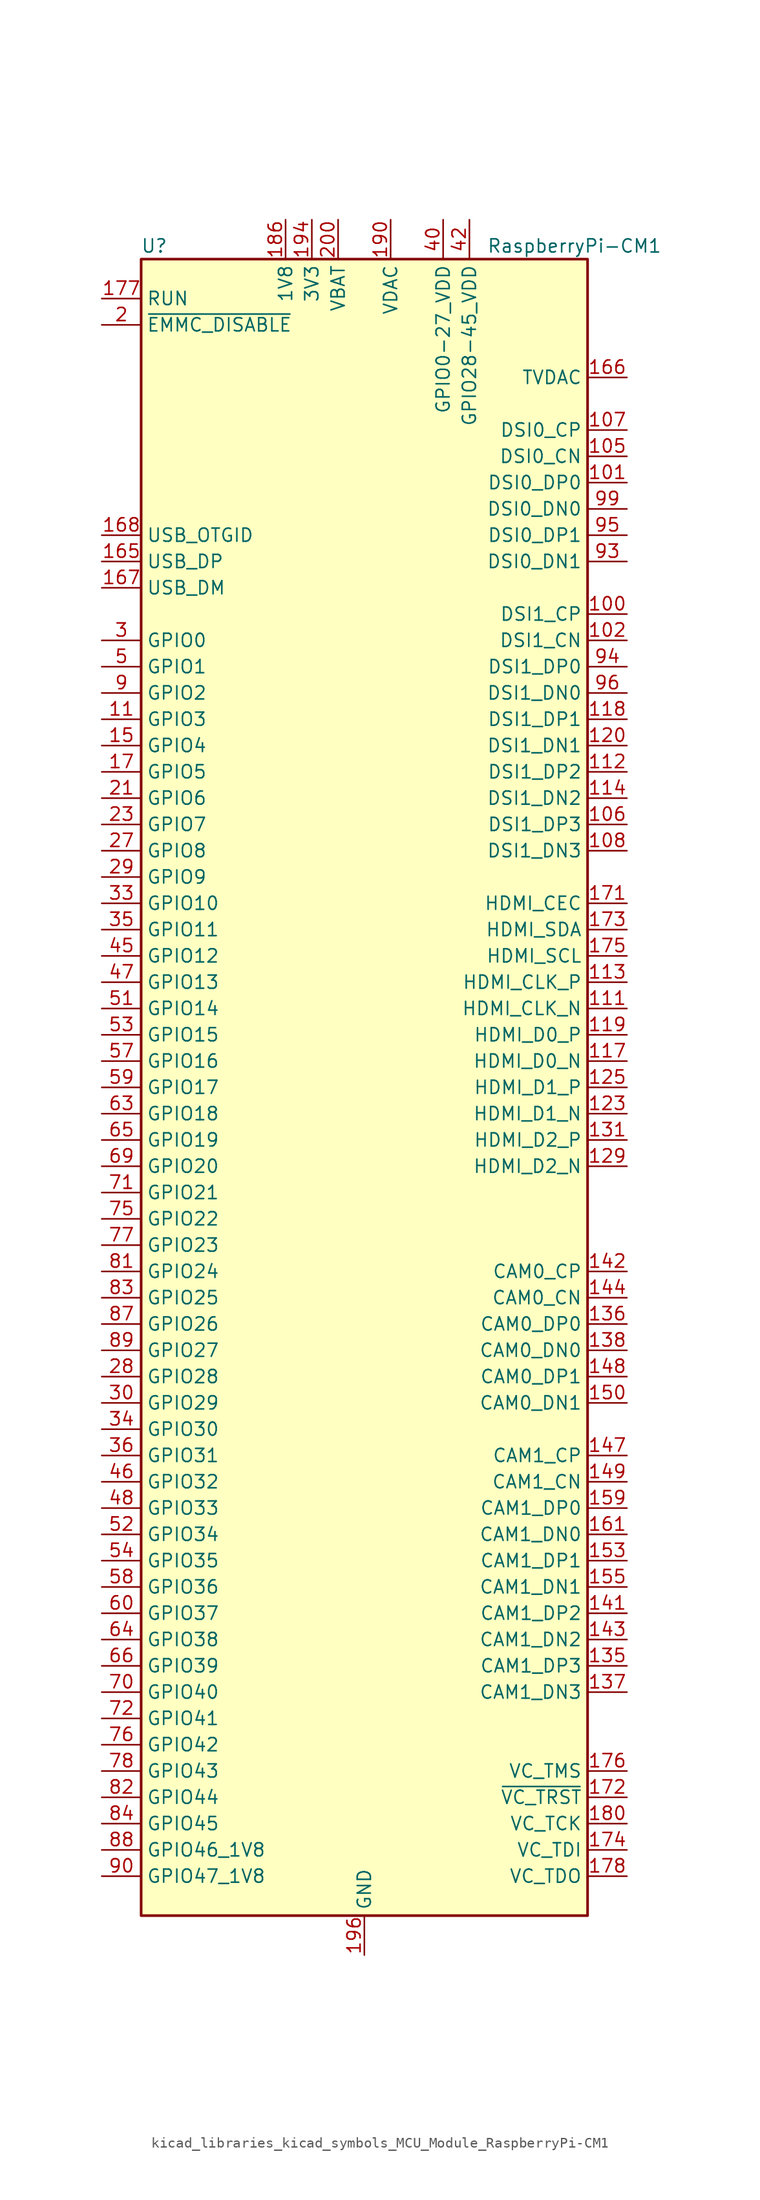
<source format=kicad_sym>
(kicad_symbol_lib
  (version 20220914)
  (generator kicad_symbol_editor)
  (symbol "kicad_libraries_kicad_symbols_MCU_Module_RaspberryPi-CM1"
    (property "Reference" "U"
      (at -20.32 81.28 0)
      (effects (font (size 1.27 1.27))))
    (property "Value" "RaspberryPi-CM1"
      (at 20.32 81.28 0)
      (effects (font (size 1.27 1.27))))
    (symbol "kicad_libraries_kicad_symbols_MCU_Module_RaspberryPi-CM1_0_1"
      (rectangle (start -21.59 80.01) (end 21.59 -80.01) (stroke (width 0.254) (type default)) (fill (type background))))
    (symbol "kicad_libraries_kicad_symbols_MCU_Module_RaspberryPi-CM1_1_1"
      (pin passive line (at 0 -83.82 90) (length 3.81) hide (name "GND" (effects (font (size 1.27 1.27)))) (number "1" (effects (font (size 1.27 1.27)))))
      (pin no_connect line (at -20.32 71.12 0) (length 2.54) hide (name "NC" (effects (font (size 1.27 1.27)))) (number "10" (effects (font (size 1.27 1.27)))))
      (pin output line (at 25.4 45.72 180) (length 3.81) (name "DSI1_CP" (effects (font (size 1.27 1.27)))) (number "100" (effects (font (size 1.27 1.27)))))
      (pin output line (at 25.4 58.42 180) (length 3.81) (name "DSI0_DP0" (effects (font (size 1.27 1.27)))) (number "101" (effects (font (size 1.27 1.27)))))
      (pin output line (at 25.4 43.18 180) (length 3.81) (name "DSI1_CN" (effects (font (size 1.27 1.27)))) (number "102" (effects (font (size 1.27 1.27)))))
      (pin passive line (at 0 -83.82 90) (length 3.81) hide (name "GND" (effects (font (size 1.27 1.27)))) (number "103" (effects (font (size 1.27 1.27)))))
      (pin passive line (at 0 -83.82 90) (length 3.81) hide (name "GND" (effects (font (size 1.27 1.27)))) (number "104" (effects (font (size 1.27 1.27)))))
      (pin output line (at 25.4 60.96 180) (length 3.81) (name "DSI0_CN" (effects (font (size 1.27 1.27)))) (number "105" (effects (font (size 1.27 1.27)))))
      (pin output line (at 25.4 25.4 180) (length 3.81) (name "DSI1_DP3" (effects (font (size 1.27 1.27)))) (number "106" (effects (font (size 1.27 1.27)))))
      (pin output line (at 25.4 63.5 180) (length 3.81) (name "DSI0_CP" (effects (font (size 1.27 1.27)))) (number "107" (effects (font (size 1.27 1.27)))))
      (pin output line (at 25.4 22.86 180) (length 3.81) (name "DSI1_DN3" (effects (font (size 1.27 1.27)))) (number "108" (effects (font (size 1.27 1.27)))))
      (pin passive line (at 0 -83.82 90) (length 3.81) hide (name "GND" (effects (font (size 1.27 1.27)))) (number "109" (effects (font (size 1.27 1.27)))))
      (pin bidirectional line (at -25.4 35.56 0) (length 3.81) (name "GPIO3" (effects (font (size 1.27 1.27)))) (number "11" (effects (font (size 1.27 1.27)))))
      (pin passive line (at 0 -83.82 90) (length 3.81) hide (name "GND" (effects (font (size 1.27 1.27)))) (number "110" (effects (font (size 1.27 1.27)))))
      (pin output line (at 25.4 7.62 180) (length 3.81) (name "HDMI_CLK_N" (effects (font (size 1.27 1.27)))) (number "111" (effects (font (size 1.27 1.27)))))
      (pin output line (at 25.4 30.48 180) (length 3.81) (name "DSI1_DP2" (effects (font (size 1.27 1.27)))) (number "112" (effects (font (size 1.27 1.27)))))
      (pin output line (at 25.4 10.16 180) (length 3.81) (name "HDMI_CLK_P" (effects (font (size 1.27 1.27)))) (number "113" (effects (font (size 1.27 1.27)))))
      (pin output line (at 25.4 27.94 180) (length 3.81) (name "DSI1_DN2" (effects (font (size 1.27 1.27)))) (number "114" (effects (font (size 1.27 1.27)))))
      (pin passive line (at 0 -83.82 90) (length 3.81) hide (name "GND" (effects (font (size 1.27 1.27)))) (number "115" (effects (font (size 1.27 1.27)))))
      (pin passive line (at 0 -83.82 90) (length 3.81) hide (name "GND" (effects (font (size 1.27 1.27)))) (number "116" (effects (font (size 1.27 1.27)))))
      (pin output line (at 25.4 2.54 180) (length 3.81) (name "HDMI_D0_N" (effects (font (size 1.27 1.27)))) (number "117" (effects (font (size 1.27 1.27)))))
      (pin output line (at 25.4 35.56 180) (length 3.81) (name "DSI1_DP1" (effects (font (size 1.27 1.27)))) (number "118" (effects (font (size 1.27 1.27)))))
      (pin output line (at 25.4 5.08 180) (length 3.81) (name "HDMI_D0_P" (effects (font (size 1.27 1.27)))) (number "119" (effects (font (size 1.27 1.27)))))
      (pin no_connect line (at -20.32 68.58 0) (length 2.54) hide (name "NC" (effects (font (size 1.27 1.27)))) (number "12" (effects (font (size 1.27 1.27)))))
      (pin output line (at 25.4 33.02 180) (length 3.81) (name "DSI1_DN1" (effects (font (size 1.27 1.27)))) (number "120" (effects (font (size 1.27 1.27)))))
      (pin passive line (at 0 -83.82 90) (length 3.81) hide (name "GND" (effects (font (size 1.27 1.27)))) (number "121" (effects (font (size 1.27 1.27)))))
      (pin passive line (at 0 -83.82 90) (length 3.81) hide (name "GND" (effects (font (size 1.27 1.27)))) (number "122" (effects (font (size 1.27 1.27)))))
      (pin output line (at 25.4 -2.54 180) (length 3.81) (name "HDMI_D1_N" (effects (font (size 1.27 1.27)))) (number "123" (effects (font (size 1.27 1.27)))))
      (pin no_connect line (at 20.32 76.2 180) (length 2.54) hide (name "NC" (effects (font (size 1.27 1.27)))) (number "124" (effects (font (size 1.27 1.27)))))
      (pin output line (at 25.4 0 180) (length 3.81) (name "HDMI_D1_P" (effects (font (size 1.27 1.27)))) (number "125" (effects (font (size 1.27 1.27)))))
      (pin no_connect line (at 20.32 73.66 180) (length 2.54) hide (name "NC" (effects (font (size 1.27 1.27)))) (number "126" (effects (font (size 1.27 1.27)))))
      (pin passive line (at 0 -83.82 90) (length 3.81) hide (name "GND" (effects (font (size 1.27 1.27)))) (number "127" (effects (font (size 1.27 1.27)))))
      (pin no_connect line (at 20.32 71.12 180) (length 2.54) hide (name "NC" (effects (font (size 1.27 1.27)))) (number "128" (effects (font (size 1.27 1.27)))))
      (pin output line (at 25.4 -7.62 180) (length 3.81) (name "HDMI_D2_N" (effects (font (size 1.27 1.27)))) (number "129" (effects (font (size 1.27 1.27)))))
      (pin passive line (at 0 -83.82 90) (length 3.81) hide (name "GND" (effects (font (size 1.27 1.27)))) (number "13" (effects (font (size 1.27 1.27)))))
      (pin no_connect line (at 20.32 66.04 180) (length 2.54) hide (name "NC" (effects (font (size 1.27 1.27)))) (number "130" (effects (font (size 1.27 1.27)))))
      (pin output line (at 25.4 -5.08 180) (length 3.81) (name "HDMI_D2_P" (effects (font (size 1.27 1.27)))) (number "131" (effects (font (size 1.27 1.27)))))
      (pin no_connect line (at 20.32 48.26 180) (length 2.54) hide (name "NC" (effects (font (size 1.27 1.27)))) (number "132" (effects (font (size 1.27 1.27)))))
      (pin passive line (at 0 -83.82 90) (length 3.81) hide (name "GND" (effects (font (size 1.27 1.27)))) (number "133" (effects (font (size 1.27 1.27)))))
      (pin passive line (at 0 -83.82 90) (length 3.81) hide (name "GND" (effects (font (size 1.27 1.27)))) (number "134" (effects (font (size 1.27 1.27)))))
      (pin input line (at 25.4 -55.88 180) (length 3.81) (name "CAM1_DP3" (effects (font (size 1.27 1.27)))) (number "135" (effects (font (size 1.27 1.27)))))
      (pin input line (at 25.4 -22.86 180) (length 3.81) (name "CAM0_DP0" (effects (font (size 1.27 1.27)))) (number "136" (effects (font (size 1.27 1.27)))))
      (pin input line (at 25.4 -58.42 180) (length 3.81) (name "CAM1_DN3" (effects (font (size 1.27 1.27)))) (number "137" (effects (font (size 1.27 1.27)))))
      (pin input line (at 25.4 -25.4 180) (length 3.81) (name "CAM0_DN0" (effects (font (size 1.27 1.27)))) (number "138" (effects (font (size 1.27 1.27)))))
      (pin passive line (at 0 -83.82 90) (length 3.81) hide (name "GND" (effects (font (size 1.27 1.27)))) (number "139" (effects (font (size 1.27 1.27)))))
      (pin no_connect line (at 5.08 -78.74 90) (length 2.54) hide (name "NC" (effects (font (size 1.27 1.27)))) (number "14" (effects (font (size 1.27 1.27)))))
      (pin passive line (at 0 -83.82 90) (length 3.81) hide (name "GND" (effects (font (size 1.27 1.27)))) (number "140" (effects (font (size 1.27 1.27)))))
      (pin input line (at 25.4 -50.8 180) (length 3.81) (name "CAM1_DP2" (effects (font (size 1.27 1.27)))) (number "141" (effects (font (size 1.27 1.27)))))
      (pin input line (at 25.4 -17.78 180) (length 3.81) (name "CAM0_CP" (effects (font (size 1.27 1.27)))) (number "142" (effects (font (size 1.27 1.27)))))
      (pin input line (at 25.4 -53.34 180) (length 3.81) (name "CAM1_DN2" (effects (font (size 1.27 1.27)))) (number "143" (effects (font (size 1.27 1.27)))))
      (pin input line (at 25.4 -20.32 180) (length 3.81) (name "CAM0_CN" (effects (font (size 1.27 1.27)))) (number "144" (effects (font (size 1.27 1.27)))))
      (pin passive line (at 0 -83.82 90) (length 3.81) hide (name "GND" (effects (font (size 1.27 1.27)))) (number "145" (effects (font (size 1.27 1.27)))))
      (pin passive line (at 0 -83.82 90) (length 3.81) hide (name "GND" (effects (font (size 1.27 1.27)))) (number "146" (effects (font (size 1.27 1.27)))))
      (pin input line (at 25.4 -35.56 180) (length 3.81) (name "CAM1_CP" (effects (font (size 1.27 1.27)))) (number "147" (effects (font (size 1.27 1.27)))))
      (pin input line (at 25.4 -27.94 180) (length 3.81) (name "CAM0_DP1" (effects (font (size 1.27 1.27)))) (number "148" (effects (font (size 1.27 1.27)))))
      (pin input line (at 25.4 -38.1 180) (length 3.81) (name "CAM1_CN" (effects (font (size 1.27 1.27)))) (number "149" (effects (font (size 1.27 1.27)))))
      (pin bidirectional line (at -25.4 33.02 0) (length 3.81) (name "GPIO4" (effects (font (size 1.27 1.27)))) (number "15" (effects (font (size 1.27 1.27)))))
      (pin input line (at 25.4 -30.48 180) (length 3.81) (name "CAM0_DN1" (effects (font (size 1.27 1.27)))) (number "150" (effects (font (size 1.27 1.27)))))
      (pin passive line (at 0 -83.82 90) (length 3.81) hide (name "GND" (effects (font (size 1.27 1.27)))) (number "151" (effects (font (size 1.27 1.27)))))
      (pin passive line (at 0 -83.82 90) (length 3.81) hide (name "GND" (effects (font (size 1.27 1.27)))) (number "152" (effects (font (size 1.27 1.27)))))
      (pin input line (at 25.4 -45.72 180) (length 3.81) (name "CAM1_DP1" (effects (font (size 1.27 1.27)))) (number "153" (effects (font (size 1.27 1.27)))))
      (pin no_connect line (at 20.32 -15.24 180) (length 2.54) hide (name "NC" (effects (font (size 1.27 1.27)))) (number "154" (effects (font (size 1.27 1.27)))))
      (pin input line (at 25.4 -48.26 180) (length 3.81) (name "CAM1_DN1" (effects (font (size 1.27 1.27)))) (number "155" (effects (font (size 1.27 1.27)))))
      (pin no_connect line (at 20.32 -12.7 180) (length 2.54) hide (name "NC" (effects (font (size 1.27 1.27)))) (number "156" (effects (font (size 1.27 1.27)))))
      (pin passive line (at 0 -83.82 90) (length 3.81) hide (name "GND" (effects (font (size 1.27 1.27)))) (number "157" (effects (font (size 1.27 1.27)))))
      (pin no_connect line (at 20.32 20.32 180) (length 2.54) hide (name "NC" (effects (font (size 1.27 1.27)))) (number "158" (effects (font (size 1.27 1.27)))))
      (pin input line (at 25.4 -40.64 180) (length 3.81) (name "CAM1_DP0" (effects (font (size 1.27 1.27)))) (number "159" (effects (font (size 1.27 1.27)))))
      (pin no_connect line (at -20.32 66.04 0) (length 2.54) hide (name "NC" (effects (font (size 1.27 1.27)))) (number "16" (effects (font (size 1.27 1.27)))))
      (pin no_connect line (at 20.32 -60.96 180) (length 2.54) hide (name "NC" (effects (font (size 1.27 1.27)))) (number "160" (effects (font (size 1.27 1.27)))))
      (pin input line (at 25.4 -43.18 180) (length 3.81) (name "CAM1_DN0" (effects (font (size 1.27 1.27)))) (number "161" (effects (font (size 1.27 1.27)))))
      (pin no_connect line (at 20.32 -63.5 180) (length 2.54) hide (name "NC" (effects (font (size 1.27 1.27)))) (number "162" (effects (font (size 1.27 1.27)))))
      (pin passive line (at 0 -83.82 90) (length 3.81) hide (name "GND" (effects (font (size 1.27 1.27)))) (number "163" (effects (font (size 1.27 1.27)))))
      (pin passive line (at 0 -83.82 90) (length 3.81) hide (name "GND" (effects (font (size 1.27 1.27)))) (number "164" (effects (font (size 1.27 1.27)))))
      (pin bidirectional line (at -25.4 50.8 0) (length 3.81) (name "USB_DP" (effects (font (size 1.27 1.27)))) (number "165" (effects (font (size 1.27 1.27)))))
      (pin output line (at 25.4 68.58 180) (length 3.81) (name "TVDAC" (effects (font (size 1.27 1.27)))) (number "166" (effects (font (size 1.27 1.27)))))
      (pin bidirectional line (at -25.4 48.26 0) (length 3.81) (name "USB_DM" (effects (font (size 1.27 1.27)))) (number "167" (effects (font (size 1.27 1.27)))))
      (pin passive line (at -25.4 53.34 0) (length 3.81) (name "USB_OTGID" (effects (font (size 1.27 1.27)))) (number "168" (effects (font (size 1.27 1.27)))))
      (pin passive line (at 0 -83.82 90) (length 3.81) hide (name "GND" (effects (font (size 1.27 1.27)))) (number "169" (effects (font (size 1.27 1.27)))))
      (pin bidirectional line (at -25.4 30.48 0) (length 3.81) (name "GPIO5" (effects (font (size 1.27 1.27)))) (number "17" (effects (font (size 1.27 1.27)))))
      (pin passive line (at 0 -83.82 90) (length 3.81) hide (name "GND" (effects (font (size 1.27 1.27)))) (number "170" (effects (font (size 1.27 1.27)))))
      (pin bidirectional line (at 25.4 17.78 180) (length 3.81) (name "HDMI_CEC" (effects (font (size 1.27 1.27)))) (number "171" (effects (font (size 1.27 1.27)))))
      (pin input line (at 25.4 -68.58 180) (length 3.81) (name "~{VC_TRST}" (effects (font (size 1.27 1.27)))) (number "172" (effects (font (size 1.27 1.27)))))
      (pin bidirectional line (at 25.4 15.24 180) (length 3.81) (name "HDMI_SDA" (effects (font (size 1.27 1.27)))) (number "173" (effects (font (size 1.27 1.27)))))
      (pin input line (at 25.4 -73.66 180) (length 3.81) (name "VC_TDI" (effects (font (size 1.27 1.27)))) (number "174" (effects (font (size 1.27 1.27)))))
      (pin bidirectional line (at 25.4 12.7 180) (length 3.81) (name "HDMI_SCL" (effects (font (size 1.27 1.27)))) (number "175" (effects (font (size 1.27 1.27)))))
      (pin input line (at 25.4 -66.04 180) (length 3.81) (name "VC_TMS" (effects (font (size 1.27 1.27)))) (number "176" (effects (font (size 1.27 1.27)))))
      (pin input line (at -25.4 76.2 0) (length 3.81) (name "RUN" (effects (font (size 1.27 1.27)))) (number "177" (effects (font (size 1.27 1.27)))))
      (pin output line (at 25.4 -76.2 180) (length 3.81) (name "VC_TDO" (effects (font (size 1.27 1.27)))) (number "178" (effects (font (size 1.27 1.27)))))
      (pin no_connect line (at 0 78.74 270) (length 2.54) hide (name "VDD_CORE_(DO_NOT_CONNECT)" (effects (font (size 1.27 1.27)))) (number "179" (effects (font (size 1.27 1.27)))))
      (pin no_connect line (at -20.32 63.5 0) (length 2.54) hide (name "NC" (effects (font (size 1.27 1.27)))) (number "18" (effects (font (size 1.27 1.27)))))
      (pin input line (at 25.4 -71.12 180) (length 3.81) (name "VC_TCK" (effects (font (size 1.27 1.27)))) (number "180" (effects (font (size 1.27 1.27)))))
      (pin passive line (at 0 -83.82 90) (length 3.81) hide (name "GND" (effects (font (size 1.27 1.27)))) (number "181" (effects (font (size 1.27 1.27)))))
      (pin passive line (at 0 -83.82 90) (length 3.81) hide (name "GND" (effects (font (size 1.27 1.27)))) (number "182" (effects (font (size 1.27 1.27)))))
      (pin passive line (at -7.62 83.82 270) (length 3.81) hide (name "1V8" (effects (font (size 1.27 1.27)))) (number "183" (effects (font (size 1.27 1.27)))))
      (pin passive line (at -7.62 83.82 270) (length 3.81) hide (name "1V8" (effects (font (size 1.27 1.27)))) (number "184" (effects (font (size 1.27 1.27)))))
      (pin passive line (at -7.62 83.82 270) (length 3.81) hide (name "1V8" (effects (font (size 1.27 1.27)))) (number "185" (effects (font (size 1.27 1.27)))))
      (pin power_in line (at -7.62 83.82 270) (length 3.81) (name "1V8" (effects (font (size 1.27 1.27)))) (number "186" (effects (font (size 1.27 1.27)))))
      (pin passive line (at 0 -83.82 90) (length 3.81) hide (name "GND" (effects (font (size 1.27 1.27)))) (number "187" (effects (font (size 1.27 1.27)))))
      (pin passive line (at 0 -83.82 90) (length 3.81) hide (name "GND" (effects (font (size 1.27 1.27)))) (number "188" (effects (font (size 1.27 1.27)))))
      (pin passive line (at 2.54 83.82 270) (length 3.81) hide (name "VDAC" (effects (font (size 1.27 1.27)))) (number "189" (effects (font (size 1.27 1.27)))))
      (pin passive line (at 0 -83.82 90) (length 3.81) hide (name "GND" (effects (font (size 1.27 1.27)))) (number "19" (effects (font (size 1.27 1.27)))))
      (pin power_in line (at 2.54 83.82 270) (length 3.81) (name "VDAC" (effects (font (size 1.27 1.27)))) (number "190" (effects (font (size 1.27 1.27)))))
      (pin passive line (at -5.08 83.82 270) (length 3.81) hide (name "3V3" (effects (font (size 1.27 1.27)))) (number "191" (effects (font (size 1.27 1.27)))))
      (pin passive line (at -5.08 83.82 270) (length 3.81) hide (name "3V3" (effects (font (size 1.27 1.27)))) (number "192" (effects (font (size 1.27 1.27)))))
      (pin passive line (at -5.08 83.82 270) (length 3.81) hide (name "3V3" (effects (font (size 1.27 1.27)))) (number "193" (effects (font (size 1.27 1.27)))))
      (pin power_in line (at -5.08 83.82 270) (length 3.81) (name "3V3" (effects (font (size 1.27 1.27)))) (number "194" (effects (font (size 1.27 1.27)))))
      (pin passive line (at 0 -83.82 90) (length 3.81) hide (name "GND" (effects (font (size 1.27 1.27)))) (number "195" (effects (font (size 1.27 1.27)))))
      (pin power_out line (at 0 -83.82 90) (length 3.81) (name "GND" (effects (font (size 1.27 1.27)))) (number "196" (effects (font (size 1.27 1.27)))))
      (pin passive line (at -2.54 83.82 270) (length 3.81) hide (name "VBAT" (effects (font (size 1.27 1.27)))) (number "197" (effects (font (size 1.27 1.27)))))
      (pin passive line (at -2.54 83.82 270) (length 3.81) hide (name "VBAT" (effects (font (size 1.27 1.27)))) (number "198" (effects (font (size 1.27 1.27)))))
      (pin passive line (at -2.54 83.82 270) (length 3.81) hide (name "VBAT" (effects (font (size 1.27 1.27)))) (number "199" (effects (font (size 1.27 1.27)))))
      (pin input line (at -25.4 73.66 0) (length 3.81) (name "~{EMMC_DISABLE}" (effects (font (size 1.27 1.27)))) (number "2" (effects (font (size 1.27 1.27)))))
      (pin no_connect line (at 7.62 -78.74 90) (length 2.54) hide (name "NC" (effects (font (size 1.27 1.27)))) (number "20" (effects (font (size 1.27 1.27)))))
      (pin power_in line (at -2.54 83.82 270) (length 3.81) (name "VBAT" (effects (font (size 1.27 1.27)))) (number "200" (effects (font (size 1.27 1.27)))))
      (pin bidirectional line (at -25.4 27.94 0) (length 3.81) (name "GPIO6" (effects (font (size 1.27 1.27)))) (number "21" (effects (font (size 1.27 1.27)))))
      (pin no_connect line (at -20.32 60.96 0) (length 2.54) hide (name "NC" (effects (font (size 1.27 1.27)))) (number "22" (effects (font (size 1.27 1.27)))))
      (pin bidirectional line (at -25.4 25.4 0) (length 3.81) (name "GPIO7" (effects (font (size 1.27 1.27)))) (number "23" (effects (font (size 1.27 1.27)))))
      (pin no_connect line (at -20.32 58.42 0) (length 2.54) hide (name "NC" (effects (font (size 1.27 1.27)))) (number "24" (effects (font (size 1.27 1.27)))))
      (pin passive line (at 0 -83.82 90) (length 3.81) hide (name "GND" (effects (font (size 1.27 1.27)))) (number "25" (effects (font (size 1.27 1.27)))))
      (pin passive line (at 0 -83.82 90) (length 3.81) hide (name "GND" (effects (font (size 1.27 1.27)))) (number "26" (effects (font (size 1.27 1.27)))))
      (pin bidirectional line (at -25.4 22.86 0) (length 3.81) (name "GPIO8" (effects (font (size 1.27 1.27)))) (number "27" (effects (font (size 1.27 1.27)))))
      (pin bidirectional line (at -25.4 -27.94 0) (length 3.81) (name "GPIO28" (effects (font (size 1.27 1.27)))) (number "28" (effects (font (size 1.27 1.27)))))
      (pin bidirectional line (at -25.4 20.32 0) (length 3.81) (name "GPIO9" (effects (font (size 1.27 1.27)))) (number "29" (effects (font (size 1.27 1.27)))))
      (pin bidirectional line (at -25.4 43.18 0) (length 3.81) (name "GPIO0" (effects (font (size 1.27 1.27)))) (number "3" (effects (font (size 1.27 1.27)))))
      (pin bidirectional line (at -25.4 -30.48 0) (length 3.81) (name "GPIO29" (effects (font (size 1.27 1.27)))) (number "30" (effects (font (size 1.27 1.27)))))
      (pin passive line (at 0 -83.82 90) (length 3.81) hide (name "GND" (effects (font (size 1.27 1.27)))) (number "31" (effects (font (size 1.27 1.27)))))
      (pin passive line (at 0 -83.82 90) (length 3.81) hide (name "GND" (effects (font (size 1.27 1.27)))) (number "32" (effects (font (size 1.27 1.27)))))
      (pin bidirectional line (at -25.4 17.78 0) (length 3.81) (name "GPIO10" (effects (font (size 1.27 1.27)))) (number "33" (effects (font (size 1.27 1.27)))))
      (pin bidirectional line (at -25.4 -33.02 0) (length 3.81) (name "GPIO30" (effects (font (size 1.27 1.27)))) (number "34" (effects (font (size 1.27 1.27)))))
      (pin bidirectional line (at -25.4 15.24 0) (length 3.81) (name "GPIO11" (effects (font (size 1.27 1.27)))) (number "35" (effects (font (size 1.27 1.27)))))
      (pin bidirectional line (at -25.4 -35.56 0) (length 3.81) (name "GPIO31" (effects (font (size 1.27 1.27)))) (number "36" (effects (font (size 1.27 1.27)))))
      (pin passive line (at 0 -83.82 90) (length 3.81) hide (name "GND" (effects (font (size 1.27 1.27)))) (number "37" (effects (font (size 1.27 1.27)))))
      (pin passive line (at 0 -83.82 90) (length 3.81) hide (name "GND" (effects (font (size 1.27 1.27)))) (number "38" (effects (font (size 1.27 1.27)))))
      (pin passive line (at 7.62 83.82 270) (length 3.81) hide (name "GPIO0-27_VDD" (effects (font (size 1.27 1.27)))) (number "39" (effects (font (size 1.27 1.27)))))
      (pin no_connect line (at 5.08 78.74 270) (length 2.54) hide (name "NC" (effects (font (size 1.27 1.27)))) (number "4" (effects (font (size 1.27 1.27)))))
      (pin power_in line (at 7.62 83.82 270) (length 3.81) (name "GPIO0-27_VDD" (effects (font (size 1.27 1.27)))) (number "40" (effects (font (size 1.27 1.27)))))
      (pin passive line (at 10.16 83.82 270) (length 3.81) hide (name "GPIO28-45_VDD" (effects (font (size 1.27 1.27)))) (number "41" (effects (font (size 1.27 1.27)))))
      (pin power_in line (at 10.16 83.82 270) (length 3.81) (name "GPIO28-45_VDD" (effects (font (size 1.27 1.27)))) (number "42" (effects (font (size 1.27 1.27)))))
      (pin passive line (at 0 -83.82 90) (length 3.81) hide (name "GND" (effects (font (size 1.27 1.27)))) (number "43" (effects (font (size 1.27 1.27)))))
      (pin passive line (at 0 -83.82 90) (length 3.81) hide (name "GND" (effects (font (size 1.27 1.27)))) (number "44" (effects (font (size 1.27 1.27)))))
      (pin bidirectional line (at -25.4 12.7 0) (length 3.81) (name "GPIO12" (effects (font (size 1.27 1.27)))) (number "45" (effects (font (size 1.27 1.27)))))
      (pin bidirectional line (at -25.4 -38.1 0) (length 3.81) (name "GPIO32" (effects (font (size 1.27 1.27)))) (number "46" (effects (font (size 1.27 1.27)))))
      (pin bidirectional line (at -25.4 10.16 0) (length 3.81) (name "GPIO13" (effects (font (size 1.27 1.27)))) (number "47" (effects (font (size 1.27 1.27)))))
      (pin bidirectional line (at -25.4 -40.64 0) (length 3.81) (name "GPIO33" (effects (font (size 1.27 1.27)))) (number "48" (effects (font (size 1.27 1.27)))))
      (pin passive line (at 0 -83.82 90) (length 3.81) hide (name "GND" (effects (font (size 1.27 1.27)))) (number "49" (effects (font (size 1.27 1.27)))))
      (pin bidirectional line (at -25.4 40.64 0) (length 3.81) (name "GPIO1" (effects (font (size 1.27 1.27)))) (number "5" (effects (font (size 1.27 1.27)))))
      (pin passive line (at 0 -83.82 90) (length 3.81) hide (name "GND" (effects (font (size 1.27 1.27)))) (number "50" (effects (font (size 1.27 1.27)))))
      (pin bidirectional line (at -25.4 7.62 0) (length 3.81) (name "GPIO14" (effects (font (size 1.27 1.27)))) (number "51" (effects (font (size 1.27 1.27)))))
      (pin bidirectional line (at -25.4 -43.18 0) (length 3.81) (name "GPIO34" (effects (font (size 1.27 1.27)))) (number "52" (effects (font (size 1.27 1.27)))))
      (pin bidirectional line (at -25.4 5.08 0) (length 3.81) (name "GPIO15" (effects (font (size 1.27 1.27)))) (number "53" (effects (font (size 1.27 1.27)))))
      (pin bidirectional line (at -25.4 -45.72 0) (length 3.81) (name "GPIO35" (effects (font (size 1.27 1.27)))) (number "54" (effects (font (size 1.27 1.27)))))
      (pin passive line (at 0 -83.82 90) (length 3.81) hide (name "GND" (effects (font (size 1.27 1.27)))) (number "55" (effects (font (size 1.27 1.27)))))
      (pin passive line (at 0 -83.82 90) (length 3.81) hide (name "GND" (effects (font (size 1.27 1.27)))) (number "56" (effects (font (size 1.27 1.27)))))
      (pin bidirectional line (at -25.4 2.54 0) (length 3.81) (name "GPIO16" (effects (font (size 1.27 1.27)))) (number "57" (effects (font (size 1.27 1.27)))))
      (pin bidirectional line (at -25.4 -48.26 0) (length 3.81) (name "GPIO36" (effects (font (size 1.27 1.27)))) (number "58" (effects (font (size 1.27 1.27)))))
      (pin bidirectional line (at -25.4 0 0) (length 3.81) (name "GPIO17" (effects (font (size 1.27 1.27)))) (number "59" (effects (font (size 1.27 1.27)))))
      (pin no_connect line (at 12.7 78.74 270) (length 2.54) hide (name "NC" (effects (font (size 1.27 1.27)))) (number "6" (effects (font (size 1.27 1.27)))))
      (pin bidirectional line (at -25.4 -50.8 0) (length 3.81) (name "GPIO37" (effects (font (size 1.27 1.27)))) (number "60" (effects (font (size 1.27 1.27)))))
      (pin passive line (at 0 -83.82 90) (length 3.81) hide (name "GND" (effects (font (size 1.27 1.27)))) (number "61" (effects (font (size 1.27 1.27)))))
      (pin passive line (at 0 -83.82 90) (length 3.81) hide (name "GND" (effects (font (size 1.27 1.27)))) (number "62" (effects (font (size 1.27 1.27)))))
      (pin bidirectional line (at -25.4 -2.54 0) (length 3.81) (name "GPIO18" (effects (font (size 1.27 1.27)))) (number "63" (effects (font (size 1.27 1.27)))))
      (pin bidirectional line (at -25.4 -53.34 0) (length 3.81) (name "GPIO38" (effects (font (size 1.27 1.27)))) (number "64" (effects (font (size 1.27 1.27)))))
      (pin bidirectional line (at -25.4 -5.08 0) (length 3.81) (name "GPIO19" (effects (font (size 1.27 1.27)))) (number "65" (effects (font (size 1.27 1.27)))))
      (pin bidirectional line (at -25.4 -55.88 0) (length 3.81) (name "GPIO39" (effects (font (size 1.27 1.27)))) (number "66" (effects (font (size 1.27 1.27)))))
      (pin passive line (at 0 -83.82 90) (length 3.81) hide (name "GND" (effects (font (size 1.27 1.27)))) (number "67" (effects (font (size 1.27 1.27)))))
      (pin passive line (at 0 -83.82 90) (length 3.81) hide (name "GND" (effects (font (size 1.27 1.27)))) (number "68" (effects (font (size 1.27 1.27)))))
      (pin bidirectional line (at -25.4 -7.62 0) (length 3.81) (name "GPIO20" (effects (font (size 1.27 1.27)))) (number "69" (effects (font (size 1.27 1.27)))))
      (pin passive line (at 0 -83.82 90) (length 3.81) hide (name "GND" (effects (font (size 1.27 1.27)))) (number "7" (effects (font (size 1.27 1.27)))))
      (pin bidirectional line (at -25.4 -58.42 0) (length 3.81) (name "GPIO40" (effects (font (size 1.27 1.27)))) (number "70" (effects (font (size 1.27 1.27)))))
      (pin bidirectional line (at -25.4 -10.16 0) (length 3.81) (name "GPIO21" (effects (font (size 1.27 1.27)))) (number "71" (effects (font (size 1.27 1.27)))))
      (pin bidirectional line (at -25.4 -60.96 0) (length 3.81) (name "GPIO41" (effects (font (size 1.27 1.27)))) (number "72" (effects (font (size 1.27 1.27)))))
      (pin passive line (at 0 -83.82 90) (length 3.81) hide (name "GND" (effects (font (size 1.27 1.27)))) (number "73" (effects (font (size 1.27 1.27)))))
      (pin passive line (at 0 -83.82 90) (length 3.81) hide (name "GND" (effects (font (size 1.27 1.27)))) (number "74" (effects (font (size 1.27 1.27)))))
      (pin bidirectional line (at -25.4 -12.7 0) (length 3.81) (name "GPIO22" (effects (font (size 1.27 1.27)))) (number "75" (effects (font (size 1.27 1.27)))))
      (pin bidirectional line (at -25.4 -63.5 0) (length 3.81) (name "GPIO42" (effects (font (size 1.27 1.27)))) (number "76" (effects (font (size 1.27 1.27)))))
      (pin bidirectional line (at -25.4 -15.24 0) (length 3.81) (name "GPIO23" (effects (font (size 1.27 1.27)))) (number "77" (effects (font (size 1.27 1.27)))))
      (pin bidirectional line (at -25.4 -66.04 0) (length 3.81) (name "GPIO43" (effects (font (size 1.27 1.27)))) (number "78" (effects (font (size 1.27 1.27)))))
      (pin passive line (at 0 -83.82 90) (length 3.81) hide (name "GND" (effects (font (size 1.27 1.27)))) (number "79" (effects (font (size 1.27 1.27)))))
      (pin no_connect line (at 2.54 -78.74 90) (length 2.54) hide (name "NC" (effects (font (size 1.27 1.27)))) (number "8" (effects (font (size 1.27 1.27)))))
      (pin passive line (at 0 -83.82 90) (length 3.81) hide (name "GND" (effects (font (size 1.27 1.27)))) (number "80" (effects (font (size 1.27 1.27)))))
      (pin bidirectional line (at -25.4 -17.78 0) (length 3.81) (name "GPIO24" (effects (font (size 1.27 1.27)))) (number "81" (effects (font (size 1.27 1.27)))))
      (pin bidirectional line (at -25.4 -68.58 0) (length 3.81) (name "GPIO44" (effects (font (size 1.27 1.27)))) (number "82" (effects (font (size 1.27 1.27)))))
      (pin bidirectional line (at -25.4 -20.32 0) (length 3.81) (name "GPIO25" (effects (font (size 1.27 1.27)))) (number "83" (effects (font (size 1.27 1.27)))))
      (pin bidirectional line (at -25.4 -71.12 0) (length 3.81) (name "GPIO45" (effects (font (size 1.27 1.27)))) (number "84" (effects (font (size 1.27 1.27)))))
      (pin passive line (at 0 -83.82 90) (length 3.81) hide (name "GND" (effects (font (size 1.27 1.27)))) (number "85" (effects (font (size 1.27 1.27)))))
      (pin passive line (at 0 -83.82 90) (length 3.81) hide (name "GND" (effects (font (size 1.27 1.27)))) (number "86" (effects (font (size 1.27 1.27)))))
      (pin bidirectional line (at -25.4 -22.86 0) (length 3.81) (name "GPIO26" (effects (font (size 1.27 1.27)))) (number "87" (effects (font (size 1.27 1.27)))))
      (pin bidirectional line (at -25.4 -73.66 0) (length 3.81) (name "GPIO46_1V8" (effects (font (size 1.27 1.27)))) (number "88" (effects (font (size 1.27 1.27)))))
      (pin bidirectional line (at -25.4 -25.4 0) (length 3.81) (name "GPIO27" (effects (font (size 1.27 1.27)))) (number "89" (effects (font (size 1.27 1.27)))))
      (pin bidirectional line (at -25.4 38.1 0) (length 3.81) (name "GPIO2" (effects (font (size 1.27 1.27)))) (number "9" (effects (font (size 1.27 1.27)))))
      (pin bidirectional line (at -25.4 -76.2 0) (length 3.81) (name "GPIO47_1V8" (effects (font (size 1.27 1.27)))) (number "90" (effects (font (size 1.27 1.27)))))
      (pin passive line (at 0 -83.82 90) (length 3.81) hide (name "GND" (effects (font (size 1.27 1.27)))) (number "91" (effects (font (size 1.27 1.27)))))
      (pin passive line (at 0 -83.82 90) (length 3.81) hide (name "GND" (effects (font (size 1.27 1.27)))) (number "92" (effects (font (size 1.27 1.27)))))
      (pin output line (at 25.4 50.8 180) (length 3.81) (name "DSI0_DN1" (effects (font (size 1.27 1.27)))) (number "93" (effects (font (size 1.27 1.27)))))
      (pin output line (at 25.4 40.64 180) (length 3.81) (name "DSI1_DP0" (effects (font (size 1.27 1.27)))) (number "94" (effects (font (size 1.27 1.27)))))
      (pin output line (at 25.4 53.34 180) (length 3.81) (name "DSI0_DP1" (effects (font (size 1.27 1.27)))) (number "95" (effects (font (size 1.27 1.27)))))
      (pin output line (at 25.4 38.1 180) (length 3.81) (name "DSI1_DN0" (effects (font (size 1.27 1.27)))) (number "96" (effects (font (size 1.27 1.27)))))
      (pin passive line (at 0 -83.82 90) (length 3.81) hide (name "GND" (effects (font (size 1.27 1.27)))) (number "97" (effects (font (size 1.27 1.27)))))
      (pin passive line (at 0 -83.82 90) (length 3.81) hide (name "GND" (effects (font (size 1.27 1.27)))) (number "98" (effects (font (size 1.27 1.27)))))
      (pin output line (at 25.4 55.88 180) (length 3.81) (name "DSI0_DN0" (effects (font (size 1.27 1.27)))) (number "99" (effects (font (size 1.27 1.27))))))))
</source>
